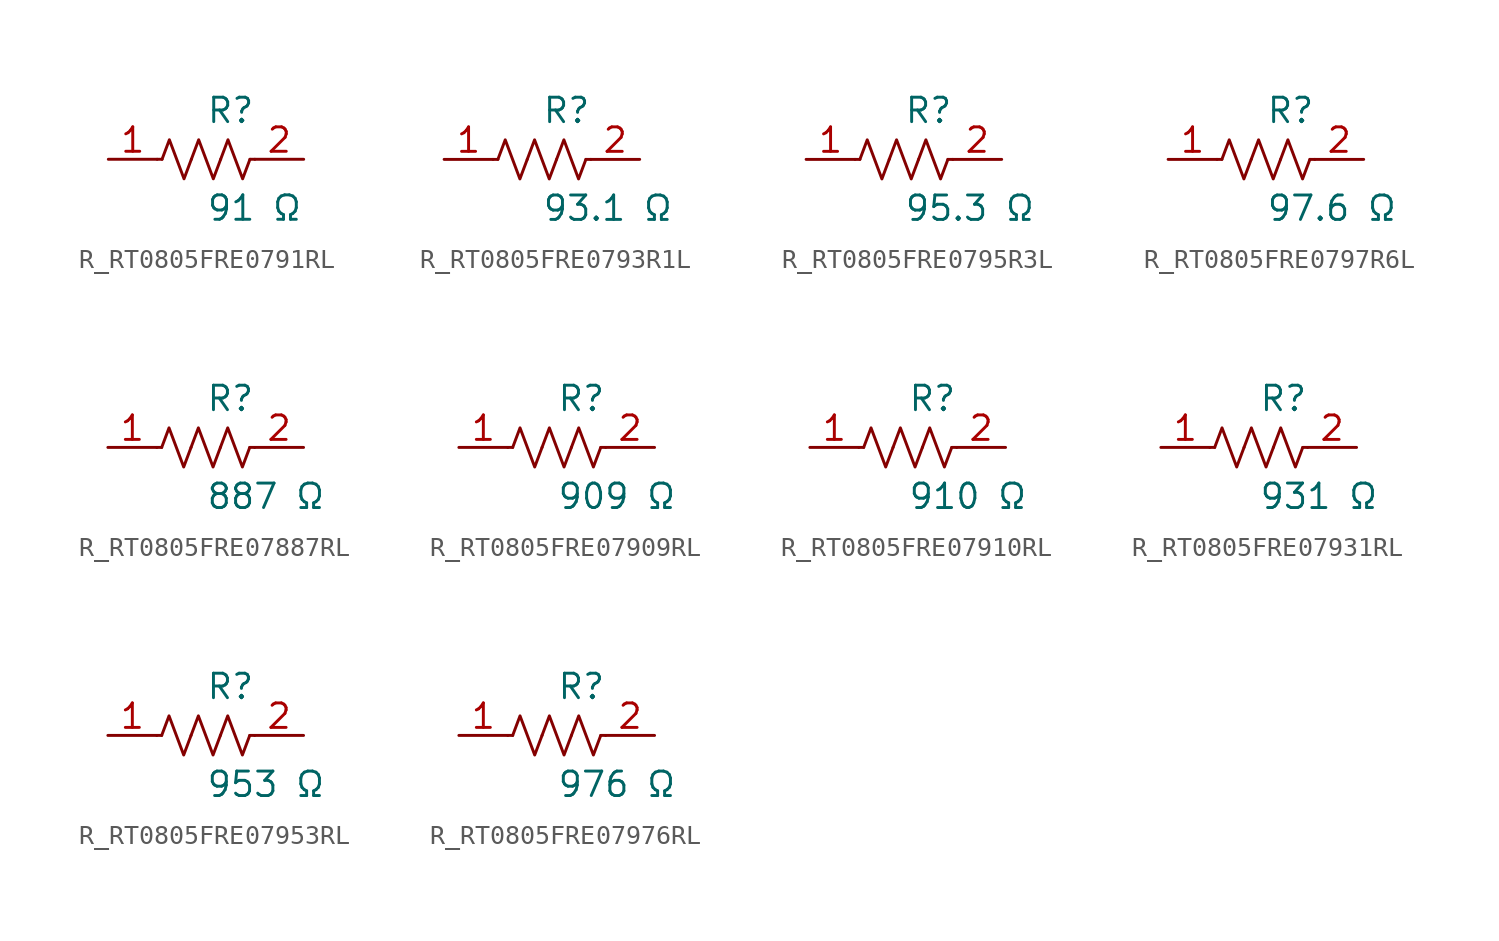
<source format=kicad_sym>
(kicad_symbol_lib
  (version 20231120)
  (generator kicad_symbol_editor)
  (generator_version 8.0)
  (symbol "R_RT0805FRE0791RL"
    (pin_names
      (offset 0.254))
    (property "Reference" "R"
      (at 0.0 2.54 0)
      (effects (font (size 1.27 1.27)) (justify left)))
    (property "Value" "91 Ω"
      (at 0.0 -2.54 0)
      (effects (font (size 1.27 1.27)) (justify left)))
    (symbol "R_RT0805FRE0791RL_0_1"
      (polyline (pts (xy 2.286 0) (xy 2.54 0)) (stroke (width 0) (type default)) (fill (type none)))
      (polyline (pts (xy -2.286 0) (xy -2.54 0)) (stroke (width 0) (type default)) (fill (type none)))
      (polyline (pts (xy 0.762 0) (xy 1.143 1.016) (xy 1.524 0) (xy 1.905 -1.016) (xy 2.286 0)) (stroke (width 0) (type default)) (fill (type none)))
      (polyline (pts (xy -0.762 0) (xy -0.381 1.016) (xy 0 0) (xy 0.381 -1.016) (xy 0.762 0)) (stroke (width 0) (type default)) (fill (type none)))
      (polyline (pts (xy -2.286 0) (xy -1.905 1.016) (xy -1.524 0) (xy -1.143 -1.016) (xy -0.762 0)) (stroke (width 0) (type default)) (fill (type none))))
    (pin unspecified line
      (at -5.08 0 0)
      (length 2.54)
      (name "" (effects (font (size 1.27 1.27))))
      (number "1" (effects (font (size 1.27 1.27)))))
    (pin unspecified line
      (at 5.08 0 180)
      (length 2.54)
      (name "" (effects (font (size 1.27 1.27))))
      (number "2" (effects (font (size 1.27 1.27))))))
  (symbol "R_RT0805FRE0793R1L"
    (pin_names
      (offset 0.254))
    (property "Reference" "R"
      (at 0.0 2.54 0)
      (effects (font (size 1.27 1.27)) (justify left)))
    (property "Value" "93.1 Ω"
      (at 0.0 -2.54 0)
      (effects (font (size 1.27 1.27)) (justify left)))
    (symbol "R_RT0805FRE0793R1L_0_1"
      (polyline (pts (xy 2.286 0) (xy 2.54 0)) (stroke (width 0) (type default)) (fill (type none)))
      (polyline (pts (xy -2.286 0) (xy -2.54 0)) (stroke (width 0) (type default)) (fill (type none)))
      (polyline (pts (xy 0.762 0) (xy 1.143 1.016) (xy 1.524 0) (xy 1.905 -1.016) (xy 2.286 0)) (stroke (width 0) (type default)) (fill (type none)))
      (polyline (pts (xy -0.762 0) (xy -0.381 1.016) (xy 0 0) (xy 0.381 -1.016) (xy 0.762 0)) (stroke (width 0) (type default)) (fill (type none)))
      (polyline (pts (xy -2.286 0) (xy -1.905 1.016) (xy -1.524 0) (xy -1.143 -1.016) (xy -0.762 0)) (stroke (width 0) (type default)) (fill (type none))))
    (pin unspecified line
      (at -5.08 0 0)
      (length 2.54)
      (name "" (effects (font (size 1.27 1.27))))
      (number "1" (effects (font (size 1.27 1.27)))))
    (pin unspecified line
      (at 5.08 0 180)
      (length 2.54)
      (name "" (effects (font (size 1.27 1.27))))
      (number "2" (effects (font (size 1.27 1.27))))))
  (symbol "R_RT0805FRE0795R3L"
    (pin_names
      (offset 0.254))
    (property "Reference" "R"
      (at 0.0 2.54 0)
      (effects (font (size 1.27 1.27)) (justify left)))
    (property "Value" "95.3 Ω"
      (at 0.0 -2.54 0)
      (effects (font (size 1.27 1.27)) (justify left)))
    (symbol "R_RT0805FRE0795R3L_0_1"
      (polyline (pts (xy 2.286 0) (xy 2.54 0)) (stroke (width 0) (type default)) (fill (type none)))
      (polyline (pts (xy -2.286 0) (xy -2.54 0)) (stroke (width 0) (type default)) (fill (type none)))
      (polyline (pts (xy 0.762 0) (xy 1.143 1.016) (xy 1.524 0) (xy 1.905 -1.016) (xy 2.286 0)) (stroke (width 0) (type default)) (fill (type none)))
      (polyline (pts (xy -0.762 0) (xy -0.381 1.016) (xy 0 0) (xy 0.381 -1.016) (xy 0.762 0)) (stroke (width 0) (type default)) (fill (type none)))
      (polyline (pts (xy -2.286 0) (xy -1.905 1.016) (xy -1.524 0) (xy -1.143 -1.016) (xy -0.762 0)) (stroke (width 0) (type default)) (fill (type none))))
    (pin unspecified line
      (at -5.08 0 0)
      (length 2.54)
      (name "" (effects (font (size 1.27 1.27))))
      (number "1" (effects (font (size 1.27 1.27)))))
    (pin unspecified line
      (at 5.08 0 180)
      (length 2.54)
      (name "" (effects (font (size 1.27 1.27))))
      (number "2" (effects (font (size 1.27 1.27))))))
  (symbol "R_RT0805FRE0797R6L"
    (pin_names
      (offset 0.254))
    (property "Reference" "R"
      (at 0.0 2.54 0)
      (effects (font (size 1.27 1.27)) (justify left)))
    (property "Value" "97.6 Ω"
      (at 0.0 -2.54 0)
      (effects (font (size 1.27 1.27)) (justify left)))
    (symbol "R_RT0805FRE0797R6L_0_1"
      (polyline (pts (xy 2.286 0) (xy 2.54 0)) (stroke (width 0) (type default)) (fill (type none)))
      (polyline (pts (xy -2.286 0) (xy -2.54 0)) (stroke (width 0) (type default)) (fill (type none)))
      (polyline (pts (xy 0.762 0) (xy 1.143 1.016) (xy 1.524 0) (xy 1.905 -1.016) (xy 2.286 0)) (stroke (width 0) (type default)) (fill (type none)))
      (polyline (pts (xy -0.762 0) (xy -0.381 1.016) (xy 0 0) (xy 0.381 -1.016) (xy 0.762 0)) (stroke (width 0) (type default)) (fill (type none)))
      (polyline (pts (xy -2.286 0) (xy -1.905 1.016) (xy -1.524 0) (xy -1.143 -1.016) (xy -0.762 0)) (stroke (width 0) (type default)) (fill (type none))))
    (pin unspecified line
      (at -5.08 0 0)
      (length 2.54)
      (name "" (effects (font (size 1.27 1.27))))
      (number "1" (effects (font (size 1.27 1.27)))))
    (pin unspecified line
      (at 5.08 0 180)
      (length 2.54)
      (name "" (effects (font (size 1.27 1.27))))
      (number "2" (effects (font (size 1.27 1.27))))))
  (symbol "R_RT0805FRE07887RL"
    (pin_names
      (offset 0.254))
    (property "Reference" "R"
      (at 0.0 2.54 0)
      (effects (font (size 1.27 1.27)) (justify left)))
    (property "Value" "887 Ω"
      (at 0.0 -2.54 0)
      (effects (font (size 1.27 1.27)) (justify left)))
    (symbol "R_RT0805FRE07887RL_0_1"
      (polyline (pts (xy 2.286 0) (xy 2.54 0)) (stroke (width 0) (type default)) (fill (type none)))
      (polyline (pts (xy -2.286 0) (xy -2.54 0)) (stroke (width 0) (type default)) (fill (type none)))
      (polyline (pts (xy 0.762 0) (xy 1.143 1.016) (xy 1.524 0) (xy 1.905 -1.016) (xy 2.286 0)) (stroke (width 0) (type default)) (fill (type none)))
      (polyline (pts (xy -0.762 0) (xy -0.381 1.016) (xy 0 0) (xy 0.381 -1.016) (xy 0.762 0)) (stroke (width 0) (type default)) (fill (type none)))
      (polyline (pts (xy -2.286 0) (xy -1.905 1.016) (xy -1.524 0) (xy -1.143 -1.016) (xy -0.762 0)) (stroke (width 0) (type default)) (fill (type none))))
    (pin unspecified line
      (at -5.08 0 0)
      (length 2.54)
      (name "" (effects (font (size 1.27 1.27))))
      (number "1" (effects (font (size 1.27 1.27)))))
    (pin unspecified line
      (at 5.08 0 180)
      (length 2.54)
      (name "" (effects (font (size 1.27 1.27))))
      (number "2" (effects (font (size 1.27 1.27))))))
  (symbol "R_RT0805FRE07909RL"
    (pin_names
      (offset 0.254))
    (property "Reference" "R"
      (at 0.0 2.54 0)
      (effects (font (size 1.27 1.27)) (justify left)))
    (property "Value" "909 Ω"
      (at 0.0 -2.54 0)
      (effects (font (size 1.27 1.27)) (justify left)))
    (symbol "R_RT0805FRE07909RL_0_1"
      (polyline (pts (xy 2.286 0) (xy 2.54 0)) (stroke (width 0) (type default)) (fill (type none)))
      (polyline (pts (xy -2.286 0) (xy -2.54 0)) (stroke (width 0) (type default)) (fill (type none)))
      (polyline (pts (xy 0.762 0) (xy 1.143 1.016) (xy 1.524 0) (xy 1.905 -1.016) (xy 2.286 0)) (stroke (width 0) (type default)) (fill (type none)))
      (polyline (pts (xy -0.762 0) (xy -0.381 1.016) (xy 0 0) (xy 0.381 -1.016) (xy 0.762 0)) (stroke (width 0) (type default)) (fill (type none)))
      (polyline (pts (xy -2.286 0) (xy -1.905 1.016) (xy -1.524 0) (xy -1.143 -1.016) (xy -0.762 0)) (stroke (width 0) (type default)) (fill (type none))))
    (pin unspecified line
      (at -5.08 0 0)
      (length 2.54)
      (name "" (effects (font (size 1.27 1.27))))
      (number "1" (effects (font (size 1.27 1.27)))))
    (pin unspecified line
      (at 5.08 0 180)
      (length 2.54)
      (name "" (effects (font (size 1.27 1.27))))
      (number "2" (effects (font (size 1.27 1.27))))))
  (symbol "R_RT0805FRE07910RL"
    (pin_names
      (offset 0.254))
    (property "Reference" "R"
      (at 0.0 2.54 0)
      (effects (font (size 1.27 1.27)) (justify left)))
    (property "Value" "910 Ω"
      (at 0.0 -2.54 0)
      (effects (font (size 1.27 1.27)) (justify left)))
    (symbol "R_RT0805FRE07910RL_0_1"
      (polyline (pts (xy 2.286 0) (xy 2.54 0)) (stroke (width 0) (type default)) (fill (type none)))
      (polyline (pts (xy -2.286 0) (xy -2.54 0)) (stroke (width 0) (type default)) (fill (type none)))
      (polyline (pts (xy 0.762 0) (xy 1.143 1.016) (xy 1.524 0) (xy 1.905 -1.016) (xy 2.286 0)) (stroke (width 0) (type default)) (fill (type none)))
      (polyline (pts (xy -0.762 0) (xy -0.381 1.016) (xy 0 0) (xy 0.381 -1.016) (xy 0.762 0)) (stroke (width 0) (type default)) (fill (type none)))
      (polyline (pts (xy -2.286 0) (xy -1.905 1.016) (xy -1.524 0) (xy -1.143 -1.016) (xy -0.762 0)) (stroke (width 0) (type default)) (fill (type none))))
    (pin unspecified line
      (at -5.08 0 0)
      (length 2.54)
      (name "" (effects (font (size 1.27 1.27))))
      (number "1" (effects (font (size 1.27 1.27)))))
    (pin unspecified line
      (at 5.08 0 180)
      (length 2.54)
      (name "" (effects (font (size 1.27 1.27))))
      (number "2" (effects (font (size 1.27 1.27))))))
  (symbol "R_RT0805FRE07931RL"
    (pin_names
      (offset 0.254))
    (property "Reference" "R"
      (at 0.0 2.54 0)
      (effects (font (size 1.27 1.27)) (justify left)))
    (property "Value" "931 Ω"
      (at 0.0 -2.54 0)
      (effects (font (size 1.27 1.27)) (justify left)))
    (symbol "R_RT0805FRE07931RL_0_1"
      (polyline (pts (xy 2.286 0) (xy 2.54 0)) (stroke (width 0) (type default)) (fill (type none)))
      (polyline (pts (xy -2.286 0) (xy -2.54 0)) (stroke (width 0) (type default)) (fill (type none)))
      (polyline (pts (xy 0.762 0) (xy 1.143 1.016) (xy 1.524 0) (xy 1.905 -1.016) (xy 2.286 0)) (stroke (width 0) (type default)) (fill (type none)))
      (polyline (pts (xy -0.762 0) (xy -0.381 1.016) (xy 0 0) (xy 0.381 -1.016) (xy 0.762 0)) (stroke (width 0) (type default)) (fill (type none)))
      (polyline (pts (xy -2.286 0) (xy -1.905 1.016) (xy -1.524 0) (xy -1.143 -1.016) (xy -0.762 0)) (stroke (width 0) (type default)) (fill (type none))))
    (pin unspecified line
      (at -5.08 0 0)
      (length 2.54)
      (name "" (effects (font (size 1.27 1.27))))
      (number "1" (effects (font (size 1.27 1.27)))))
    (pin unspecified line
      (at 5.08 0 180)
      (length 2.54)
      (name "" (effects (font (size 1.27 1.27))))
      (number "2" (effects (font (size 1.27 1.27))))))
  (symbol "R_RT0805FRE07953RL"
    (pin_names
      (offset 0.254))
    (property "Reference" "R"
      (at 0.0 2.54 0)
      (effects (font (size 1.27 1.27)) (justify left)))
    (property "Value" "953 Ω"
      (at 0.0 -2.54 0)
      (effects (font (size 1.27 1.27)) (justify left)))
    (symbol "R_RT0805FRE07953RL_0_1"
      (polyline (pts (xy 2.286 0) (xy 2.54 0)) (stroke (width 0) (type default)) (fill (type none)))
      (polyline (pts (xy -2.286 0) (xy -2.54 0)) (stroke (width 0) (type default)) (fill (type none)))
      (polyline (pts (xy 0.762 0) (xy 1.143 1.016) (xy 1.524 0) (xy 1.905 -1.016) (xy 2.286 0)) (stroke (width 0) (type default)) (fill (type none)))
      (polyline (pts (xy -0.762 0) (xy -0.381 1.016) (xy 0 0) (xy 0.381 -1.016) (xy 0.762 0)) (stroke (width 0) (type default)) (fill (type none)))
      (polyline (pts (xy -2.286 0) (xy -1.905 1.016) (xy -1.524 0) (xy -1.143 -1.016) (xy -0.762 0)) (stroke (width 0) (type default)) (fill (type none))))
    (pin unspecified line
      (at -5.08 0 0)
      (length 2.54)
      (name "" (effects (font (size 1.27 1.27))))
      (number "1" (effects (font (size 1.27 1.27)))))
    (pin unspecified line
      (at 5.08 0 180)
      (length 2.54)
      (name "" (effects (font (size 1.27 1.27))))
      (number "2" (effects (font (size 1.27 1.27))))))
  (symbol "R_RT0805FRE07976RL"
    (pin_names
      (offset 0.254))
    (property "Reference" "R"
      (at 0.0 2.54 0)
      (effects (font (size 1.27 1.27)) (justify left)))
    (property "Value" "976 Ω"
      (at 0.0 -2.54 0)
      (effects (font (size 1.27 1.27)) (justify left)))
    (symbol "R_RT0805FRE07976RL_0_1"
      (polyline (pts (xy 2.286 0) (xy 2.54 0)) (stroke (width 0) (type default)) (fill (type none)))
      (polyline (pts (xy -2.286 0) (xy -2.54 0)) (stroke (width 0) (type default)) (fill (type none)))
      (polyline (pts (xy 0.762 0) (xy 1.143 1.016) (xy 1.524 0) (xy 1.905 -1.016) (xy 2.286 0)) (stroke (width 0) (type default)) (fill (type none)))
      (polyline (pts (xy -0.762 0) (xy -0.381 1.016) (xy 0 0) (xy 0.381 -1.016) (xy 0.762 0)) (stroke (width 0) (type default)) (fill (type none)))
      (polyline (pts (xy -2.286 0) (xy -1.905 1.016) (xy -1.524 0) (xy -1.143 -1.016) (xy -0.762 0)) (stroke (width 0) (type default)) (fill (type none))))
    (pin unspecified line
      (at -5.08 0 0)
      (length 2.54)
      (name "" (effects (font (size 1.27 1.27))))
      (number "1" (effects (font (size 1.27 1.27)))))
    (pin unspecified line
      (at 5.08 0 180)
      (length 2.54)
      (name "" (effects (font (size 1.27 1.27))))
      (number "2" (effects (font (size 1.27 1.27)))))))
</source>
